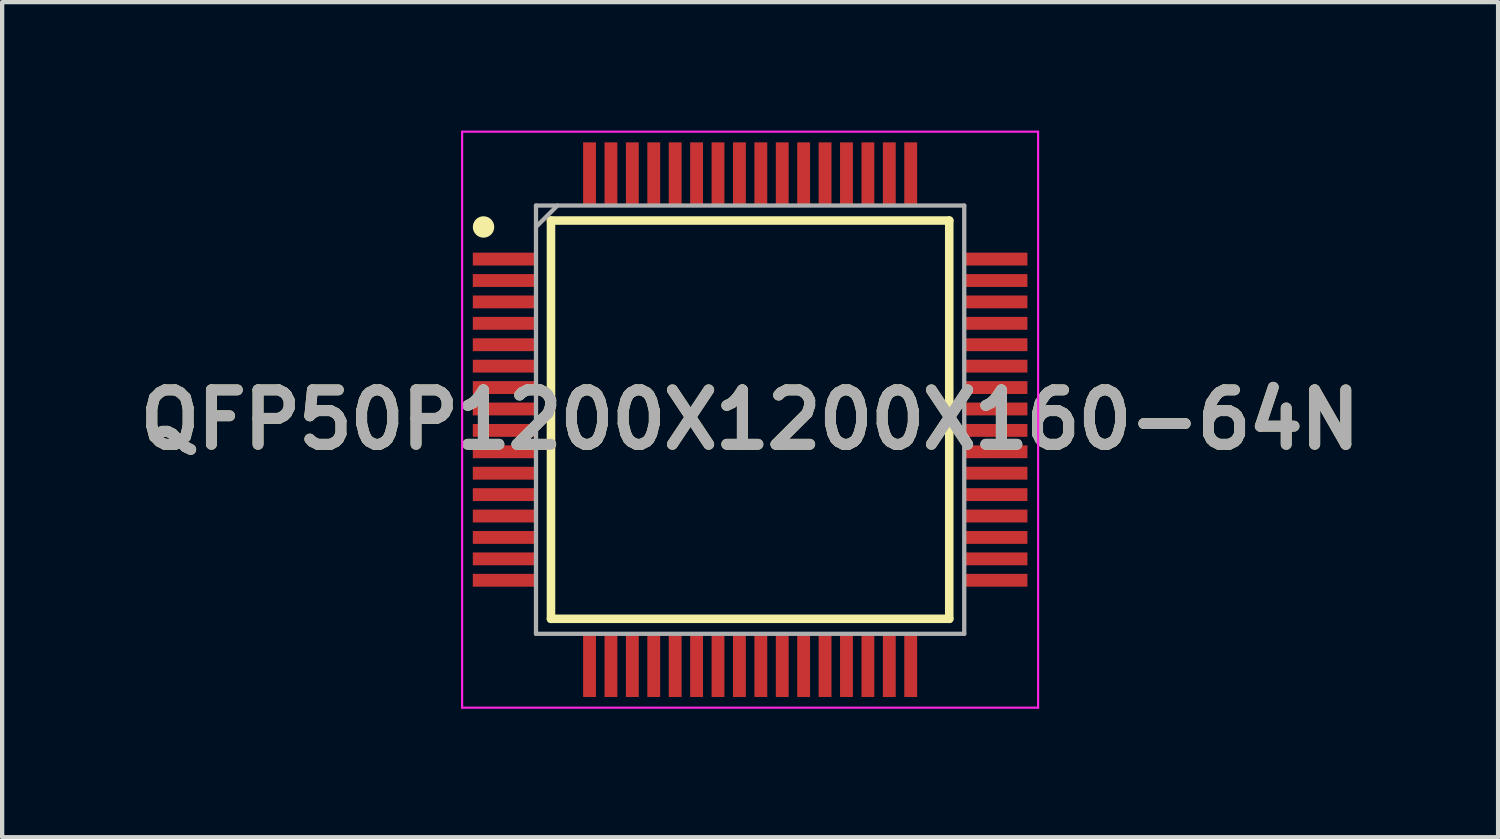
<source format=kicad_pcb>
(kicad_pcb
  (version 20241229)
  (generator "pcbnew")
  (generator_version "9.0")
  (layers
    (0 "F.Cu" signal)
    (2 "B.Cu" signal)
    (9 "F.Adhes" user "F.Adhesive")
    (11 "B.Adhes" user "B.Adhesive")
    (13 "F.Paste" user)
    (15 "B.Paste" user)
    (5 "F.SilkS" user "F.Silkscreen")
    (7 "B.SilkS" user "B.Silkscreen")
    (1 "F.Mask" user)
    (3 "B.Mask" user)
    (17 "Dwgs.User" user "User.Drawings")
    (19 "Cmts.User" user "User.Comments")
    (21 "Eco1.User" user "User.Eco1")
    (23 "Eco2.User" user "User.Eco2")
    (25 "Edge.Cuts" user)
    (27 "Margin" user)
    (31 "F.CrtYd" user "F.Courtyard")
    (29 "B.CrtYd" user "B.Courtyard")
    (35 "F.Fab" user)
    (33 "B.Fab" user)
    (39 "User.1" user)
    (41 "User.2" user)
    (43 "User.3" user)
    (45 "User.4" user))
  (footprint "QFP50P1200X1200X160-64N"
    (layer "F.Cu")
    (at 14.466 6.75)
    (property "Reference" "QFP50P1200X1200X160-64N" (at 0 0 0) (layer "F.SilkS") (effects (font (size 1.27 1.27) (thickness 0.254))))
    (attr smd)
    (fp_line (start -4.65 -4.65) (end 4.65 -4.65) (stroke (width 0.2) (type solid)) (layer "F.SilkS"))
    (fp_line (start -4.65 4.65) (end -4.65 -4.65) (stroke (width 0.2) (type solid)) (layer "F.SilkS"))
    (fp_line (start 4.65 -4.65) (end 4.65 4.65) (stroke (width 0.2) (type solid)) (layer "F.SilkS"))
    (fp_line (start 4.65 4.65) (end -4.65 4.65) (stroke (width 0.2) (type solid)) (layer "F.SilkS"))
    (fp_circle (center -6.225 -4.5) (end -6.225 -4.375) (stroke (width 0.25) (type solid)) (fill no) (layer "F.SilkS"))
    (fp_line (start -6.725 -6.725) (end 6.725 -6.725) (stroke (width 0.05) (type solid)) (layer "F.CrtYd"))
    (fp_line (start -6.725 6.725) (end -6.725 -6.725) (stroke (width 0.05) (type solid)) (layer "F.CrtYd"))
    (fp_line (start 6.725 -6.725) (end 6.725 6.725) (stroke (width 0.05) (type solid)) (layer "F.CrtYd"))
    (fp_line (start 6.725 6.725) (end -6.725 6.725) (stroke (width 0.05) (type solid)) (layer "F.CrtYd"))
    (fp_line (start -5 -5) (end 5 -5) (stroke (width 0.1) (type solid)) (layer "F.Fab"))
    (fp_line (start -5 -4.5) (end -4.5 -5) (stroke (width 0.1) (type solid)) (layer "F.Fab"))
    (fp_line (start -5 5) (end -5 -5) (stroke (width 0.1) (type solid)) (layer "F.Fab"))
    (fp_line (start 5 -5) (end 5 5) (stroke (width 0.1) (type solid)) (layer "F.Fab"))
    (fp_line (start 5 5) (end -5 5) (stroke (width 0.1) (type solid)) (layer "F.Fab"))
    (fp_text user "${REFERENCE}" (at 0 0 0) (layer "F.Fab") (effects (font (size 1.27 1.27) (thickness 0.254))))
    (pad "1" smd rect (at -5.738 -3.75 90) (size 0.3 1.475) (layers "F.Cu" "F.Mask" "F.Paste"))
    (pad "2" smd rect (at -5.738 -3.25 90) (size 0.3 1.475) (layers "F.Cu" "F.Mask" "F.Paste"))
    (pad "3" smd rect (at -5.738 -2.75 90) (size 0.3 1.475) (layers "F.Cu" "F.Mask" "F.Paste"))
    (pad "4" smd rect (at -5.738 -2.25 90) (size 0.3 1.475) (layers "F.Cu" "F.Mask" "F.Paste"))
    (pad "5" smd rect (at -5.738 -1.75 90) (size 0.3 1.475) (layers "F.Cu" "F.Mask" "F.Paste"))
    (pad "6" smd rect (at -5.738 -1.25 90) (size 0.3 1.475) (layers "F.Cu" "F.Mask" "F.Paste"))
    (pad "7" smd rect (at -5.738 -0.75 90) (size 0.3 1.475) (layers "F.Cu" "F.Mask" "F.Paste"))
    (pad "8" smd rect (at -5.738 -0.25 90) (size 0.3 1.475) (layers "F.Cu" "F.Mask" "F.Paste"))
    (pad "9" smd rect (at -5.738 0.25 90) (size 0.3 1.475) (layers "F.Cu" "F.Mask" "F.Paste"))
    (pad "10" smd rect (at -5.738 0.75 90) (size 0.3 1.475) (layers "F.Cu" "F.Mask" "F.Paste"))
    (pad "11" smd rect (at -5.738 1.25 90) (size 0.3 1.475) (layers "F.Cu" "F.Mask" "F.Paste"))
    (pad "12" smd rect (at -5.738 1.75 90) (size 0.3 1.475) (layers "F.Cu" "F.Mask" "F.Paste"))
    (pad "13" smd rect (at -5.738 2.25 90) (size 0.3 1.475) (layers "F.Cu" "F.Mask" "F.Paste"))
    (pad "14" smd rect (at -5.738 2.75 90) (size 0.3 1.475) (layers "F.Cu" "F.Mask" "F.Paste"))
    (pad "15" smd rect (at -5.738 3.25 90) (size 0.3 1.475) (layers "F.Cu" "F.Mask" "F.Paste"))
    (pad "16" smd rect (at -5.738 3.75 90) (size 0.3 1.475) (layers "F.Cu" "F.Mask" "F.Paste"))
    (pad "17" smd rect (at -3.75 5.738) (size 0.3 1.475) (layers "F.Cu" "F.Mask" "F.Paste"))
    (pad "18" smd rect (at -3.25 5.738) (size 0.3 1.475) (layers "F.Cu" "F.Mask" "F.Paste"))
    (pad "19" smd rect (at -2.75 5.738) (size 0.3 1.475) (layers "F.Cu" "F.Mask" "F.Paste"))
    (pad "20" smd rect (at -2.25 5.738) (size 0.3 1.475) (layers "F.Cu" "F.Mask" "F.Paste"))
    (pad "21" smd rect (at -1.75 5.738) (size 0.3 1.475) (layers "F.Cu" "F.Mask" "F.Paste"))
    (pad "22" smd rect (at -1.25 5.738) (size 0.3 1.475) (layers "F.Cu" "F.Mask" "F.Paste"))
    (pad "23" smd rect (at -0.75 5.738) (size 0.3 1.475) (layers "F.Cu" "F.Mask" "F.Paste"))
    (pad "24" smd rect (at -0.25 5.738) (size 0.3 1.475) (layers "F.Cu" "F.Mask" "F.Paste"))
    (pad "25" smd rect (at 0.25 5.738) (size 0.3 1.475) (layers "F.Cu" "F.Mask" "F.Paste"))
    (pad "26" smd rect (at 0.75 5.738) (size 0.3 1.475) (layers "F.Cu" "F.Mask" "F.Paste"))
    (pad "27" smd rect (at 1.25 5.738) (size 0.3 1.475) (layers "F.Cu" "F.Mask" "F.Paste"))
    (pad "28" smd rect (at 1.75 5.738) (size 0.3 1.475) (layers "F.Cu" "F.Mask" "F.Paste"))
    (pad "29" smd rect (at 2.25 5.738) (size 0.3 1.475) (layers "F.Cu" "F.Mask" "F.Paste"))
    (pad "30" smd rect (at 2.75 5.738) (size 0.3 1.475) (layers "F.Cu" "F.Mask" "F.Paste"))
    (pad "31" smd rect (at 3.25 5.738) (size 0.3 1.475) (layers "F.Cu" "F.Mask" "F.Paste"))
    (pad "32" smd rect (at 3.75 5.738) (size 0.3 1.475) (layers "F.Cu" "F.Mask" "F.Paste"))
    (pad "33" smd rect (at 5.738 3.75 90) (size 0.3 1.475) (layers "F.Cu" "F.Mask" "F.Paste"))
    (pad "34" smd rect (at 5.738 3.25 90) (size 0.3 1.475) (layers "F.Cu" "F.Mask" "F.Paste"))
    (pad "35" smd rect (at 5.738 2.75 90) (size 0.3 1.475) (layers "F.Cu" "F.Mask" "F.Paste"))
    (pad "36" smd rect (at 5.738 2.25 90) (size 0.3 1.475) (layers "F.Cu" "F.Mask" "F.Paste"))
    (pad "37" smd rect (at 5.738 1.75 90) (size 0.3 1.475) (layers "F.Cu" "F.Mask" "F.Paste"))
    (pad "38" smd rect (at 5.738 1.25 90) (size 0.3 1.475) (layers "F.Cu" "F.Mask" "F.Paste"))
    (pad "39" smd rect (at 5.738 0.75 90) (size 0.3 1.475) (layers "F.Cu" "F.Mask" "F.Paste"))
    (pad "40" smd rect (at 5.738 0.25 90) (size 0.3 1.475) (layers "F.Cu" "F.Mask" "F.Paste"))
    (pad "41" smd rect (at 5.738 -0.25 90) (size 0.3 1.475) (layers "F.Cu" "F.Mask" "F.Paste"))
    (pad "42" smd rect (at 5.738 -0.75 90) (size 0.3 1.475) (layers "F.Cu" "F.Mask" "F.Paste"))
    (pad "43" smd rect (at 5.738 -1.25 90) (size 0.3 1.475) (layers "F.Cu" "F.Mask" "F.Paste"))
    (pad "44" smd rect (at 5.738 -1.75 90) (size 0.3 1.475) (layers "F.Cu" "F.Mask" "F.Paste"))
    (pad "45" smd rect (at 5.738 -2.25 90) (size 0.3 1.475) (layers "F.Cu" "F.Mask" "F.Paste"))
    (pad "46" smd rect (at 5.738 -2.75 90) (size 0.3 1.475) (layers "F.Cu" "F.Mask" "F.Paste"))
    (pad "47" smd rect (at 5.738 -3.25 90) (size 0.3 1.475) (layers "F.Cu" "F.Mask" "F.Paste"))
    (pad "48" smd rect (at 5.738 -3.75 90) (size 0.3 1.475) (layers "F.Cu" "F.Mask" "F.Paste"))
    (pad "49" smd rect (at 3.75 -5.738) (size 0.3 1.475) (layers "F.Cu" "F.Mask" "F.Paste"))
    (pad "50" smd rect (at 3.25 -5.738) (size 0.3 1.475) (layers "F.Cu" "F.Mask" "F.Paste"))
    (pad "51" smd rect (at 2.75 -5.738) (size 0.3 1.475) (layers "F.Cu" "F.Mask" "F.Paste"))
    (pad "52" smd rect (at 2.25 -5.738) (size 0.3 1.475) (layers "F.Cu" "F.Mask" "F.Paste"))
    (pad "53" smd rect (at 1.75 -5.738) (size 0.3 1.475) (layers "F.Cu" "F.Mask" "F.Paste"))
    (pad "54" smd rect (at 1.25 -5.738) (size 0.3 1.475) (layers "F.Cu" "F.Mask" "F.Paste"))
    (pad "55" smd rect (at 0.75 -5.738) (size 0.3 1.475) (layers "F.Cu" "F.Mask" "F.Paste"))
    (pad "56" smd rect (at 0.25 -5.738) (size 0.3 1.475) (layers "F.Cu" "F.Mask" "F.Paste"))
    (pad "57" smd rect (at -0.25 -5.738) (size 0.3 1.475) (layers "F.Cu" "F.Mask" "F.Paste"))
    (pad "58" smd rect (at -0.75 -5.738) (size 0.3 1.475) (layers "F.Cu" "F.Mask" "F.Paste"))
    (pad "59" smd rect (at -1.25 -5.738) (size 0.3 1.475) (layers "F.Cu" "F.Mask" "F.Paste"))
    (pad "60" smd rect (at -1.75 -5.738) (size 0.3 1.475) (layers "F.Cu" "F.Mask" "F.Paste"))
    (pad "61" smd rect (at -2.25 -5.738) (size 0.3 1.475) (layers "F.Cu" "F.Mask" "F.Paste"))
    (pad "62" smd rect (at -2.75 -5.738) (size 0.3 1.475) (layers "F.Cu" "F.Mask" "F.Paste"))
    (pad "63" smd rect (at -3.25 -5.738) (size 0.3 1.475) (layers "F.Cu" "F.Mask" "F.Paste"))
    (pad "64" smd rect (at -3.75 -5.738) (size 0.3 1.475) (layers "F.Cu" "F.Mask" "F.Paste")))
  (gr_rect
    (start -3 -3)
    (end 31.932 16.5)
    (stroke (width 0.1) (type default))
    (fill no)
    (layer "Edge.Cuts")))
</source>
